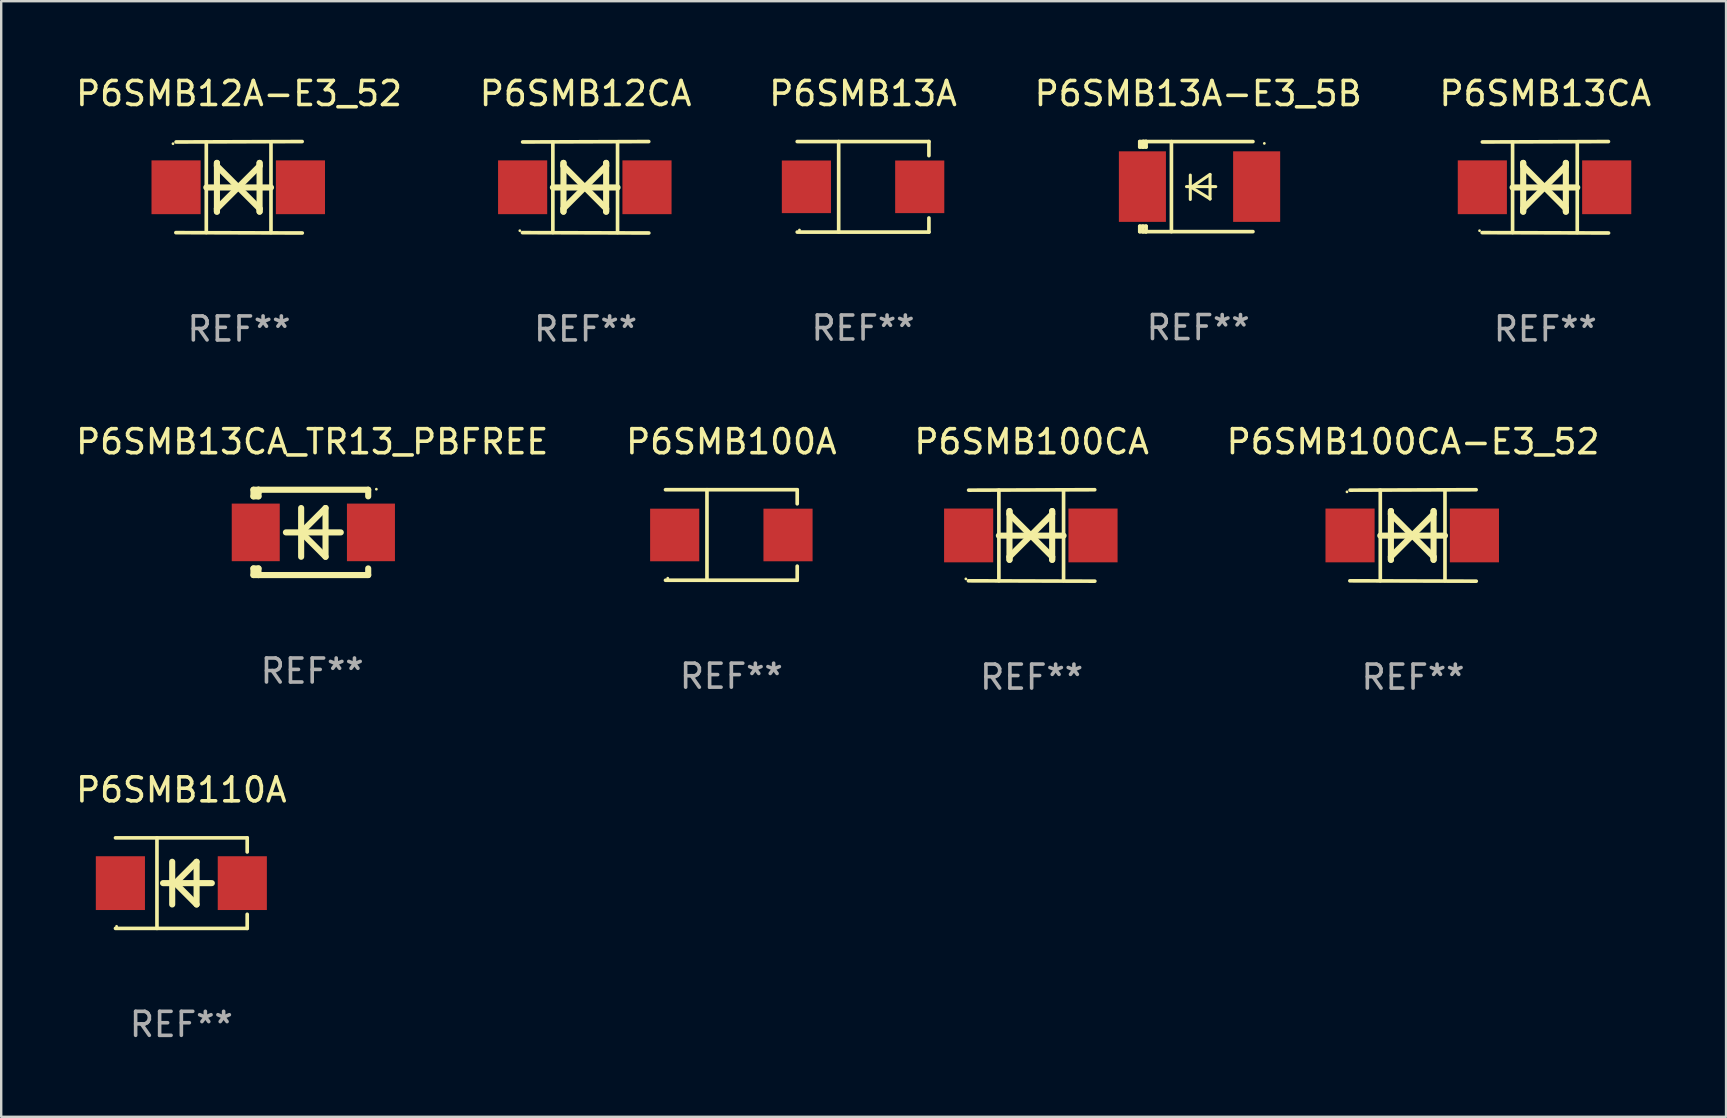
<source format=kicad_pcb>
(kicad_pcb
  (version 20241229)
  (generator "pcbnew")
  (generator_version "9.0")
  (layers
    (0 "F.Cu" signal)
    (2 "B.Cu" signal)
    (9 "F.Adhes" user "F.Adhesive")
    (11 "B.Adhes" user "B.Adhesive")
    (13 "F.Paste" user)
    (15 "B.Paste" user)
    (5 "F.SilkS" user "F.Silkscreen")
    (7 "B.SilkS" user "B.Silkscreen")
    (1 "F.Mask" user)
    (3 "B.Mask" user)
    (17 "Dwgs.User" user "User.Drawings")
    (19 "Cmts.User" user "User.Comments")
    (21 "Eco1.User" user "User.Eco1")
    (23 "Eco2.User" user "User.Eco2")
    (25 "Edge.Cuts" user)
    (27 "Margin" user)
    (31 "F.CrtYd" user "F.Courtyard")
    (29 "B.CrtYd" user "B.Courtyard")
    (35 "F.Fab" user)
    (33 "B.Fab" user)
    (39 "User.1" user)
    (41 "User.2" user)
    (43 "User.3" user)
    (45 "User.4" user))
  (footprint "P6SMB100CA"
    (layer "F.Cu")
    (at 39.935 19.26)
    (property "Reference" "P6SMB100CA" (at 0 -3.905 0) (layer "F.SilkS") (effects (font (size 1 1) (thickness 0.15))))
    (attr through_hole)
    (fp_line (start -1.365 1.886) (end -1.365 -1.886) (stroke (width 0.152) (type solid)) (layer "F.SilkS"))
    (fp_line (start -1.365 0.008) (end 1.33 0.008) (stroke (width 0.254) (type solid)) (layer "F.SilkS"))
    (fp_line (start -0.923 -1.016) (end -0.923 1.016) (stroke (width 0.254) (type solid)) (layer "F.SilkS"))
    (fp_line (start -0.923 -0.889) (end -0.923 -1.016) (stroke (width 0.254) (type solid)) (layer "F.SilkS"))
    (fp_line (start -0.923 0.889) (end -0.034 0) (stroke (width 0.254) (type solid)) (layer "F.SilkS"))
    (fp_line (start -0.923 1.016) (end -0.923 0.889) (stroke (width 0.254) (type solid)) (layer "F.SilkS"))
    (fp_line (start -0.034 0) (end -0.923 -0.889) (stroke (width 0.254) (type solid)) (layer "F.SilkS"))
    (fp_line (start -0.034 0) (end 0.855 0.889) (stroke (width 0.254) (type solid)) (layer "F.SilkS"))
    (fp_line (start 0.855 -1.016) (end 0.855 -0.889) (stroke (width 0.254) (type solid)) (layer "F.SilkS"))
    (fp_line (start 0.855 -0.889) (end -0.034 0) (stroke (width 0.254) (type solid)) (layer "F.SilkS"))
    (fp_line (start 0.855 0.889) (end 0.855 1.016) (stroke (width 0.254) (type solid)) (layer "F.SilkS"))
    (fp_line (start 0.855 1.016) (end 0.855 -1.016) (stroke (width 0.254) (type solid)) (layer "F.SilkS"))
    (fp_line (start 1.33 1.886) (end 1.33 -1.886) (stroke (width 0.152) (type solid)) (layer "F.SilkS"))
    (fp_line (start 2.629 -1.905) (end -2.625 -1.887) (stroke (width 0.152) (type solid)) (layer "F.SilkS"))
    (fp_line (start 2.633 1.905) (end -2.633 1.89) (stroke (width 0.152) (type solid)) (layer "F.SilkS"))
    (fp_circle (center -2.741 1.81) (end -2.711 1.81) (stroke (width 0.06) (type solid)) (fill no) (layer "F.SilkS"))
    (fp_text user "REF**" (at 0 5.905 0) (layer "F.Fab") (effects (font (size 1 1) (thickness 0.15))))
    (pad "1" smd rect (at -2.625 0) (size 2.047 2.241) (layers "F.Cu" "F.Mask" "F.Paste"))
    (pad "2" smd rect (at 2.557 0) (size 2.047 2.241) (layers "F.Cu" "F.Mask" "F.Paste")))
  (footprint "P6SMB13CA_TR13_PBFREE"
    (layer "F.Cu")
    (at 9.958 19.133)
    (property "Reference" "P6SMB13CA_TR13_PBFREE" (at 0 -3.778 0) (layer "F.SilkS") (effects (font (size 1 1) (thickness 0.15))))
    (attr through_hole)
    (fp_line (start -2.448 1.501) (end -2.448 1.778) (stroke (width 0.254) (type solid)) (layer "F.SilkS"))
    (fp_line (start -2.448 1.778) (end -2.237 1.778) (stroke (width 0.254) (type solid)) (layer "F.SilkS"))
    (fp_line (start -2.448 -1.778) (end -2.448 -1.501) (stroke (width 0.254) (type solid)) (layer "F.SilkS"))
    (fp_line (start -2.448 -1.501) (end -2.238 -1.501) (stroke (width 0.254) (type solid)) (layer "F.SilkS"))
    (fp_line (start -2.448 1.501) (end -2.238 1.501) (stroke (width 0.254) (type solid)) (layer "F.SilkS"))
    (fp_line (start -2.238 -1.778) (end -2.448 -1.778) (stroke (width 0.254) (type solid)) (layer "F.SilkS"))
    (fp_line (start -2.238 -1.778) (end 2.334 -1.778) (stroke (width 0.254) (type solid)) (layer "F.SilkS"))
    (fp_line (start -2.238 -1.651) (end -2.238 -1.778) (stroke (width 0.254) (type solid)) (layer "F.SilkS"))
    (fp_line (start -2.238 -1.501) (end -2.238 -1.651) (stroke (width 0.254) (type solid)) (layer "F.SilkS"))
    (fp_line (start -2.238 1.778) (end -2.238 1.501) (stroke (width 0.254) (type solid)) (layer "F.SilkS"))
    (fp_line (start -1.095 0) (end 1.191 0) (stroke (width 0.254) (type solid)) (layer "F.SilkS"))
    (fp_line (start -0.46 -1.016) (end -0.46 1.016) (stroke (width 0.254) (type solid)) (layer "F.SilkS"))
    (fp_line (start -0.459 -0.000178) (end 0.557 1.016) (stroke (width 0.254) (type solid)) (layer "F.SilkS"))
    (fp_line (start 0.556 -1.016) (end 0.556 1.016) (stroke (width 0.254) (type solid)) (layer "F.SilkS"))
    (fp_line (start 0.557 -1.016) (end -0.459 -0.000178) (stroke (width 0.254) (type solid)) (layer "F.SilkS"))
    (fp_line (start 2.334 -1.778) (end 2.334 -1.501) (stroke (width 0.254) (type solid)) (layer "F.SilkS"))
    (fp_line (start 2.334 1.501) (end 2.334 1.778) (stroke (width 0.254) (type solid)) (layer "F.SilkS"))
    (fp_line (start 2.334 1.778) (end -2.238 1.778) (stroke (width 0.254) (type solid)) (layer "F.SilkS"))
    (fp_circle (center 2.674 -1.8) (end 2.704 -1.8) (stroke (width 0.06) (type solid)) (fill no) (layer "F.SilkS"))
    (fp_text user "REF**" (at 0 5.778 0) (layer "F.Fab") (effects (font (size 1 1) (thickness 0.15))))
    (pad "1" smd rect (at 2.448 -0.000025) (size 2 2.4) (layers "F.Cu" "F.Mask" "F.Paste"))
    (pad "2" smd rect (at -2.352 -0.000025) (size 2 2.4) (layers "F.Cu" "F.Mask" "F.Paste")))
  (footprint "P6SMB110A"
    (layer "F.Cu")
    (at 4.506 33.747)
    (property "Reference" "P6SMB110A" (at 0 -3.886 0) (layer "F.SilkS") (effects (font (size 1 1) (thickness 0.15))))
    (attr through_hole)
    (fp_line (start -2.744 -1.886) (end 2.744 -1.886) (stroke (width 0.152) (type solid)) (layer "F.SilkS"))
    (fp_line (start -2.744 1.886) (end 2.744 1.886) (stroke (width 0.152) (type solid)) (layer "F.SilkS"))
    (fp_line (start -1.016 -1.886) (end -1.016 1.886) (stroke (width 0.152) (type solid)) (layer "F.SilkS"))
    (fp_line (start -0.381 -0.889) (end -0.381 0.889) (stroke (width 0.254) (type solid)) (layer "F.SilkS"))
    (fp_line (start -0.366 0) (end -0.254 0) (stroke (width 0.254) (type solid)) (layer "F.SilkS"))
    (fp_line (start -0.254 0) (end -0.328 0) (stroke (width 0.254) (type solid)) (layer "F.SilkS"))
    (fp_line (start -0.254 0) (end 0.635 -0.889) (stroke (width 0.254) (type solid)) (layer "F.SilkS"))
    (fp_line (start 0.635 -0.889) (end 0.635 0.889) (stroke (width 0.254) (type solid)) (layer "F.SilkS"))
    (fp_line (start 0.635 0.889) (end -0.254 0) (stroke (width 0.254) (type solid)) (layer "F.SilkS"))
    (fp_line (start 1.27 0) (end -0.762 0) (stroke (width 0.254) (type solid)) (layer "F.SilkS"))
    (fp_line (start 2.744 -1.886) (end 2.744 -1.299) (stroke (width 0.152) (type solid)) (layer "F.SilkS"))
    (fp_line (start 2.744 1.886) (end 2.744 1.299) (stroke (width 0.152) (type solid)) (layer "F.SilkS"))
    (fp_circle (center -2.698 1.8) (end -2.668 1.8) (stroke (width 0.06) (type solid)) (fill no) (layer "F.SilkS"))
    (fp_text user "REF**" (at 0 5.886 0) (layer "F.Fab") (effects (font (size 1 1) (thickness 0.15))))
    (pad "1" smd rect (at -2.54 0) (size 2.047 2.241) (layers "F.Cu" "F.Mask" "F.Paste"))
    (pad "2" smd rect (at 2.54 0) (size 2.047 2.241) (layers "F.Cu" "F.Mask" "F.Paste")))
  (footprint "P6SMB100A"
    (layer "F.Cu")
    (at 27.423 19.241)
    (property "Reference" "P6SMB100A" (at 0 -3.886 0) (layer "F.SilkS") (effects (font (size 1 1) (thickness 0.15))))
    (attr through_hole)
    (fp_line (start -2.744 -1.886) (end 2.744 -1.886) (stroke (width 0.152) (type solid)) (layer "F.SilkS"))
    (fp_line (start -2.744 1.886) (end 2.744 1.886) (stroke (width 0.152) (type solid)) (layer "F.SilkS"))
    (fp_line (start -1.016 -1.886) (end -1.016 1.886) (stroke (width 0.152) (type solid)) (layer "F.SilkS"))
    (fp_line (start 2.744 -1.886) (end 2.744 -1.299) (stroke (width 0.152) (type solid)) (layer "F.SilkS"))
    (fp_line (start 2.744 1.886) (end 2.744 1.299) (stroke (width 0.152) (type solid)) (layer "F.SilkS"))
    (fp_circle (center -2.65 1.8) (end -2.62 1.8) (stroke (width 0.06) (type solid)) (fill no) (layer "F.SilkS"))
    (fp_text user "REF**" (at 0 5.886 0) (layer "F.Fab") (effects (font (size 1 1) (thickness 0.15))))
    (pad "1" smd rect (at -2.361 0) (size 2.047 2.192) (layers "F.Cu" "F.Mask" "F.Paste"))
    (pad "2" smd rect (at 2.361 0) (size 2.047 2.192) (layers "F.Cu" "F.Mask" "F.Paste")))
  (footprint "P6SMB13CA"
    (layer "F.Cu")
    (at 61.339 4.753)
    (property "Reference" "P6SMB13CA" (at 0 -3.905 0) (layer "F.SilkS") (effects (font (size 1 1) (thickness 0.15))))
    (attr through_hole)
    (fp_line (start -1.365 1.886) (end -1.365 -1.886) (stroke (width 0.152) (type solid)) (layer "F.SilkS"))
    (fp_line (start -1.365 0.008) (end 1.33 0.008) (stroke (width 0.254) (type solid)) (layer "F.SilkS"))
    (fp_line (start -0.923 -1.016) (end -0.923 1.016) (stroke (width 0.254) (type solid)) (layer "F.SilkS"))
    (fp_line (start -0.923 -0.889) (end -0.923 -1.016) (stroke (width 0.254) (type solid)) (layer "F.SilkS"))
    (fp_line (start -0.923 0.889) (end -0.034 0) (stroke (width 0.254) (type solid)) (layer "F.SilkS"))
    (fp_line (start -0.923 1.016) (end -0.923 0.889) (stroke (width 0.254) (type solid)) (layer "F.SilkS"))
    (fp_line (start -0.034 0) (end -0.923 -0.889) (stroke (width 0.254) (type solid)) (layer "F.SilkS"))
    (fp_line (start -0.034 0) (end 0.855 0.889) (stroke (width 0.254) (type solid)) (layer "F.SilkS"))
    (fp_line (start 0.855 -1.016) (end 0.855 -0.889) (stroke (width 0.254) (type solid)) (layer "F.SilkS"))
    (fp_line (start 0.855 -0.889) (end -0.034 0) (stroke (width 0.254) (type solid)) (layer "F.SilkS"))
    (fp_line (start 0.855 0.889) (end 0.855 1.016) (stroke (width 0.254) (type solid)) (layer "F.SilkS"))
    (fp_line (start 0.855 1.016) (end 0.855 -1.016) (stroke (width 0.254) (type solid)) (layer "F.SilkS"))
    (fp_line (start 1.33 1.886) (end 1.33 -1.886) (stroke (width 0.152) (type solid)) (layer "F.SilkS"))
    (fp_line (start 2.629 -1.905) (end -2.625 -1.887) (stroke (width 0.152) (type solid)) (layer "F.SilkS"))
    (fp_line (start 2.633 1.905) (end -2.633 1.89) (stroke (width 0.152) (type solid)) (layer "F.SilkS"))
    (fp_circle (center -2.741 1.81) (end -2.711 1.81) (stroke (width 0.06) (type solid)) (fill no) (layer "F.SilkS"))
    (fp_text user "REF**" (at 0 5.905 0) (layer "F.Fab") (effects (font (size 1 1) (thickness 0.15))))
    (pad "1" smd rect (at -2.625 0) (size 2.047 2.241) (layers "F.Cu" "F.Mask" "F.Paste"))
    (pad "2" smd rect (at 2.557 0) (size 2.047 2.241) (layers "F.Cu" "F.Mask" "F.Paste")))
  (footprint "P6SMB13A"
    (layer "F.Cu")
    (at 32.911 4.734)
    (property "Reference" "P6SMB13A" (at 0 -3.886 0) (layer "F.SilkS") (effects (font (size 1 1) (thickness 0.15))))
    (attr through_hole)
    (fp_line (start -2.744 -1.886) (end 2.744 -1.886) (stroke (width 0.152) (type solid)) (layer "F.SilkS"))
    (fp_line (start -2.744 1.886) (end 2.744 1.886) (stroke (width 0.152) (type solid)) (layer "F.SilkS"))
    (fp_line (start -1.016 -1.886) (end -1.016 1.886) (stroke (width 0.152) (type solid)) (layer "F.SilkS"))
    (fp_line (start 2.744 -1.886) (end 2.744 -1.299) (stroke (width 0.152) (type solid)) (layer "F.SilkS"))
    (fp_line (start 2.744 1.886) (end 2.744 1.299) (stroke (width 0.152) (type solid)) (layer "F.SilkS"))
    (fp_circle (center -2.65 1.8) (end -2.62 1.8) (stroke (width 0.06) (type solid)) (fill no) (layer "F.SilkS"))
    (fp_text user "REF**" (at 0 5.886 0) (layer "F.Fab") (effects (font (size 1 1) (thickness 0.15))))
    (pad "1" smd rect (at -2.361 0) (size 2.047 2.192) (layers "F.Cu" "F.Mask" "F.Paste"))
    (pad "2" smd rect (at 2.361 0) (size 2.047 2.192) (layers "F.Cu" "F.Mask" "F.Paste")))
  (footprint "P6SMB12CA"
    (layer "F.Cu")
    (at 21.351 4.753)
    (property "Reference" "P6SMB12CA" (at 0 -3.905 0) (layer "F.SilkS") (effects (font (size 1 1) (thickness 0.15))))
    (attr through_hole)
    (fp_line (start -1.365 1.886) (end -1.365 -1.886) (stroke (width 0.152) (type solid)) (layer "F.SilkS"))
    (fp_line (start -1.365 0.008) (end 1.33 0.008) (stroke (width 0.254) (type solid)) (layer "F.SilkS"))
    (fp_line (start -0.923 -1.016) (end -0.923 1.016) (stroke (width 0.254) (type solid)) (layer "F.SilkS"))
    (fp_line (start -0.923 -0.889) (end -0.923 -1.016) (stroke (width 0.254) (type solid)) (layer "F.SilkS"))
    (fp_line (start -0.923 0.889) (end -0.034 0) (stroke (width 0.254) (type solid)) (layer "F.SilkS"))
    (fp_line (start -0.923 1.016) (end -0.923 0.889) (stroke (width 0.254) (type solid)) (layer "F.SilkS"))
    (fp_line (start -0.034 0) (end -0.923 -0.889) (stroke (width 0.254) (type solid)) (layer "F.SilkS"))
    (fp_line (start -0.034 0) (end 0.855 0.889) (stroke (width 0.254) (type solid)) (layer "F.SilkS"))
    (fp_line (start 0.855 -1.016) (end 0.855 -0.889) (stroke (width 0.254) (type solid)) (layer "F.SilkS"))
    (fp_line (start 0.855 -0.889) (end -0.034 0) (stroke (width 0.254) (type solid)) (layer "F.SilkS"))
    (fp_line (start 0.855 0.889) (end 0.855 1.016) (stroke (width 0.254) (type solid)) (layer "F.SilkS"))
    (fp_line (start 0.855 1.016) (end 0.855 -1.016) (stroke (width 0.254) (type solid)) (layer "F.SilkS"))
    (fp_line (start 1.33 1.886) (end 1.33 -1.886) (stroke (width 0.152) (type solid)) (layer "F.SilkS"))
    (fp_line (start 2.629 -1.905) (end -2.625 -1.887) (stroke (width 0.152) (type solid)) (layer "F.SilkS"))
    (fp_line (start 2.633 1.905) (end -2.633 1.89) (stroke (width 0.152) (type solid)) (layer "F.SilkS"))
    (fp_circle (center -2.741 1.81) (end -2.711 1.81) (stroke (width 0.06) (type solid)) (fill no) (layer "F.SilkS"))
    (fp_text user "REF**" (at 0 5.905 0) (layer "F.Fab") (effects (font (size 1 1) (thickness 0.15))))
    (pad "1" smd rect (at -2.625 0) (size 2.047 2.241) (layers "F.Cu" "F.Mask" "F.Paste"))
    (pad "2" smd rect (at 2.557 0) (size 2.047 2.241) (layers "F.Cu" "F.Mask" "F.Paste")))
  (footprint "P6SMB12A-E3_52"
    (layer "F.Cu")
    (at 6.911 4.753)
    (property "Reference" "P6SMB12A-E3_52" (at 0 -3.905 0) (layer "F.SilkS") (effects (font (size 1 1) (thickness 0.15))))
    (attr through_hole)
    (fp_line (start -1.365 1.886) (end -1.365 -1.886) (stroke (width 0.152) (type solid)) (layer "F.SilkS"))
    (fp_line (start -1.365 0.008) (end 1.33 0.008) (stroke (width 0.254) (type solid)) (layer "F.SilkS"))
    (fp_line (start -0.923 -1.016) (end -0.923 1.016) (stroke (width 0.254) (type solid)) (layer "F.SilkS"))
    (fp_line (start -0.923 -0.889) (end -0.923 -1.016) (stroke (width 0.254) (type solid)) (layer "F.SilkS"))
    (fp_line (start -0.923 0.889) (end -0.034 0) (stroke (width 0.254) (type solid)) (layer "F.SilkS"))
    (fp_line (start -0.923 1.016) (end -0.923 0.889) (stroke (width 0.254) (type solid)) (layer "F.SilkS"))
    (fp_line (start -0.034 0) (end -0.923 -0.889) (stroke (width 0.254) (type solid)) (layer "F.SilkS"))
    (fp_line (start -0.034 0) (end 0.855 0.889) (stroke (width 0.254) (type solid)) (layer "F.SilkS"))
    (fp_line (start 0.855 -1.016) (end 0.855 -0.889) (stroke (width 0.254) (type solid)) (layer "F.SilkS"))
    (fp_line (start 0.855 -0.889) (end -0.034 0) (stroke (width 0.254) (type solid)) (layer "F.SilkS"))
    (fp_line (start 0.855 0.889) (end 0.855 1.016) (stroke (width 0.254) (type solid)) (layer "F.SilkS"))
    (fp_line (start 0.855 1.016) (end 0.855 -1.016) (stroke (width 0.254) (type solid)) (layer "F.SilkS"))
    (fp_line (start 1.33 1.886) (end 1.33 -1.886) (stroke (width 0.152) (type solid)) (layer "F.SilkS"))
    (fp_line (start 2.629 -1.905) (end -2.625 -1.887) (stroke (width 0.152) (type solid)) (layer "F.SilkS"))
    (fp_line (start 2.633 1.905) (end -2.633 1.89) (stroke (width 0.152) (type solid)) (layer "F.SilkS"))
    (fp_circle (center -2.753 -1.816) (end -2.723 -1.816) (stroke (width 0.06) (type solid)) (fill no) (layer "F.SilkS"))
    (fp_text user "REF**" (at 0 5.905 0) (layer "F.Fab") (effects (font (size 1 1) (thickness 0.15))))
    (pad "1" smd rect (at -2.625 0) (size 2.047 2.241) (layers "F.Cu" "F.Mask" "F.Paste"))
    (pad "2" smd rect (at 2.557 0) (size 2.047 2.241) (layers "F.Cu" "F.Mask" "F.Paste")))
  (footprint "P6SMB13A-E3_5B"
    (layer "F.Cu")
    (at 46.875 4.725)
    (property "Reference" "P6SMB13A-E3_5B" (at 0 -3.876 0) (layer "F.SilkS") (effects (font (size 1 1) (thickness 0.15))))
    (attr through_hole)
    (fp_line (start -2.435 1.65) (end -2.171 1.65) (stroke (width 0.152) (type solid)) (layer "F.SilkS"))
    (fp_line (start -2.435 1.876) (end -2.435 1.65) (stroke (width 0.152) (type solid)) (layer "F.SilkS"))
    (fp_line (start -2.435 -1.876) (end -2.171 -1.876) (stroke (width 0.152) (type solid)) (layer "F.SilkS"))
    (fp_line (start -2.435 -1.65) (end -2.435 -1.876) (stroke (width 0.152) (type solid)) (layer "F.SilkS"))
    (fp_line (start -2.305 -1.866) (end -2.295 -1.876) (stroke (width 0.152) (type solid)) (layer "F.SilkS"))
    (fp_line (start -2.305 -1.65) (end -2.305 -1.866) (stroke (width 0.152) (type solid)) (layer "F.SilkS"))
    (fp_line (start -2.305 1.876) (end -2.305 1.65) (stroke (width 0.152) (type solid)) (layer "F.SilkS"))
    (fp_line (start -2.295 -1.876) (end -2.295 -1.65) (stroke (width 0.152) (type solid)) (layer "F.SilkS"))
    (fp_line (start -2.171 1.876) (end -2.435 1.876) (stroke (width 0.152) (type solid)) (layer "F.SilkS"))
    (fp_line (start -2.171 -1.65) (end -2.435 -1.65) (stroke (width 0.152) (type solid)) (layer "F.SilkS"))
    (fp_line (start -2.171 -1.876) (end -2.295 -1.876) (stroke (width 0.152) (type solid)) (layer "F.SilkS"))
    (fp_line (start -2.171 -1.65) (end -2.171 -1.876) (stroke (width 0.152) (type solid)) (layer "F.SilkS"))
    (fp_line (start -2.171 1.876) (end -2.305 1.876) (stroke (width 0.152) (type solid)) (layer "F.SilkS"))
    (fp_line (start -2.171 1.876) (end -2.171 1.65) (stroke (width 0.152) (type solid)) (layer "F.SilkS"))
    (fp_line (start -1.116 1.876) (end -1.116 -1.876) (stroke (width 0.152) (type solid)) (layer "F.SilkS"))
    (fp_line (start -0.488 0.000102) (end 0.731 0.000102) (stroke (width 0.127) (type solid)) (layer "F.SilkS"))
    (fp_line (start -0.329 -0.48) (end -0.329 0.536) (stroke (width 0.127) (type solid)) (layer "F.SilkS"))
    (fp_line (start -0.29 0.03) (end 0.493 0.51) (stroke (width 0.127) (type solid)) (layer "F.SilkS"))
    (fp_line (start 0.493 -0.51) (end -0.29 0.03) (stroke (width 0.127) (type solid)) (layer "F.SilkS"))
    (fp_line (start 0.493 0.52) (end 0.493 -0.496) (stroke (width 0.127) (type solid)) (layer "F.SilkS"))
    (fp_line (start 2.281 -1.876) (end -2.171 -1.876) (stroke (width 0.152) (type solid)) (layer "F.SilkS"))
    (fp_line (start 2.281 1.876) (end -2.171 1.876) (stroke (width 0.152) (type solid)) (layer "F.SilkS"))
    (fp_circle (center 2.755 -1.8) (end 2.785 -1.8) (stroke (width 0.06) (type solid)) (fill no) (layer "F.SilkS"))
    (fp_text user "REF**" (at 0 5.876 0) (layer "F.Fab") (effects (font (size 1 1) (thickness 0.15))))
    (pad "1" smd rect (at 2.435 -0.000025 180) (size 1.96 2.94) (layers "F.Cu" "F.Mask" "F.Paste"))
    (pad "2" smd rect (at -2.325 -0.000025 180) (size 1.96 2.94) (layers "F.Cu" "F.Mask" "F.Paste")))
  (footprint "P6SMB100CA-E3_52"
    (layer "F.Cu")
    (at 55.827 19.26)
    (property "Reference" "P6SMB100CA-E3_52" (at 0 -3.905 0) (layer "F.SilkS") (effects (font (size 1 1) (thickness 0.15))))
    (attr through_hole)
    (fp_line (start -1.365 1.886) (end -1.365 -1.886) (stroke (width 0.152) (type solid)) (layer "F.SilkS"))
    (fp_line (start -1.365 0.008) (end 1.33 0.008) (stroke (width 0.254) (type solid)) (layer "F.SilkS"))
    (fp_line (start -0.923 -1.016) (end -0.923 1.016) (stroke (width 0.254) (type solid)) (layer "F.SilkS"))
    (fp_line (start -0.923 -0.889) (end -0.923 -1.016) (stroke (width 0.254) (type solid)) (layer "F.SilkS"))
    (fp_line (start -0.923 0.889) (end -0.034 0) (stroke (width 0.254) (type solid)) (layer "F.SilkS"))
    (fp_line (start -0.923 1.016) (end -0.923 0.889) (stroke (width 0.254) (type solid)) (layer "F.SilkS"))
    (fp_line (start -0.034 0) (end -0.923 -0.889) (stroke (width 0.254) (type solid)) (layer "F.SilkS"))
    (fp_line (start -0.034 0) (end 0.855 0.889) (stroke (width 0.254) (type solid)) (layer "F.SilkS"))
    (fp_line (start 0.855 -1.016) (end 0.855 -0.889) (stroke (width 0.254) (type solid)) (layer "F.SilkS"))
    (fp_line (start 0.855 -0.889) (end -0.034 0) (stroke (width 0.254) (type solid)) (layer "F.SilkS"))
    (fp_line (start 0.855 0.889) (end 0.855 1.016) (stroke (width 0.254) (type solid)) (layer "F.SilkS"))
    (fp_line (start 0.855 1.016) (end 0.855 -1.016) (stroke (width 0.254) (type solid)) (layer "F.SilkS"))
    (fp_line (start 1.33 1.886) (end 1.33 -1.886) (stroke (width 0.152) (type solid)) (layer "F.SilkS"))
    (fp_line (start 2.629 -1.905) (end -2.625 -1.887) (stroke (width 0.152) (type solid)) (layer "F.SilkS"))
    (fp_line (start 2.633 1.905) (end -2.633 1.89) (stroke (width 0.152) (type solid)) (layer "F.SilkS"))
    (fp_circle (center -2.753 -1.816) (end -2.723 -1.816) (stroke (width 0.06) (type solid)) (fill no) (layer "F.SilkS"))
    (fp_text user "REF**" (at 0 5.905 0) (layer "F.Fab") (effects (font (size 1 1) (thickness 0.15))))
    (pad "1" smd rect (at -2.625 0) (size 2.047 2.241) (layers "F.Cu" "F.Mask" "F.Paste"))
    (pad "2" smd rect (at 2.557 0) (size 2.047 2.241) (layers "F.Cu" "F.Mask" "F.Paste")))
  (gr_rect
    (start -3 -3)
    (end 68.869 43.482)
    (stroke (width 0.1) (type default))
    (fill no)
    (layer "Edge.Cuts")))
</source>
